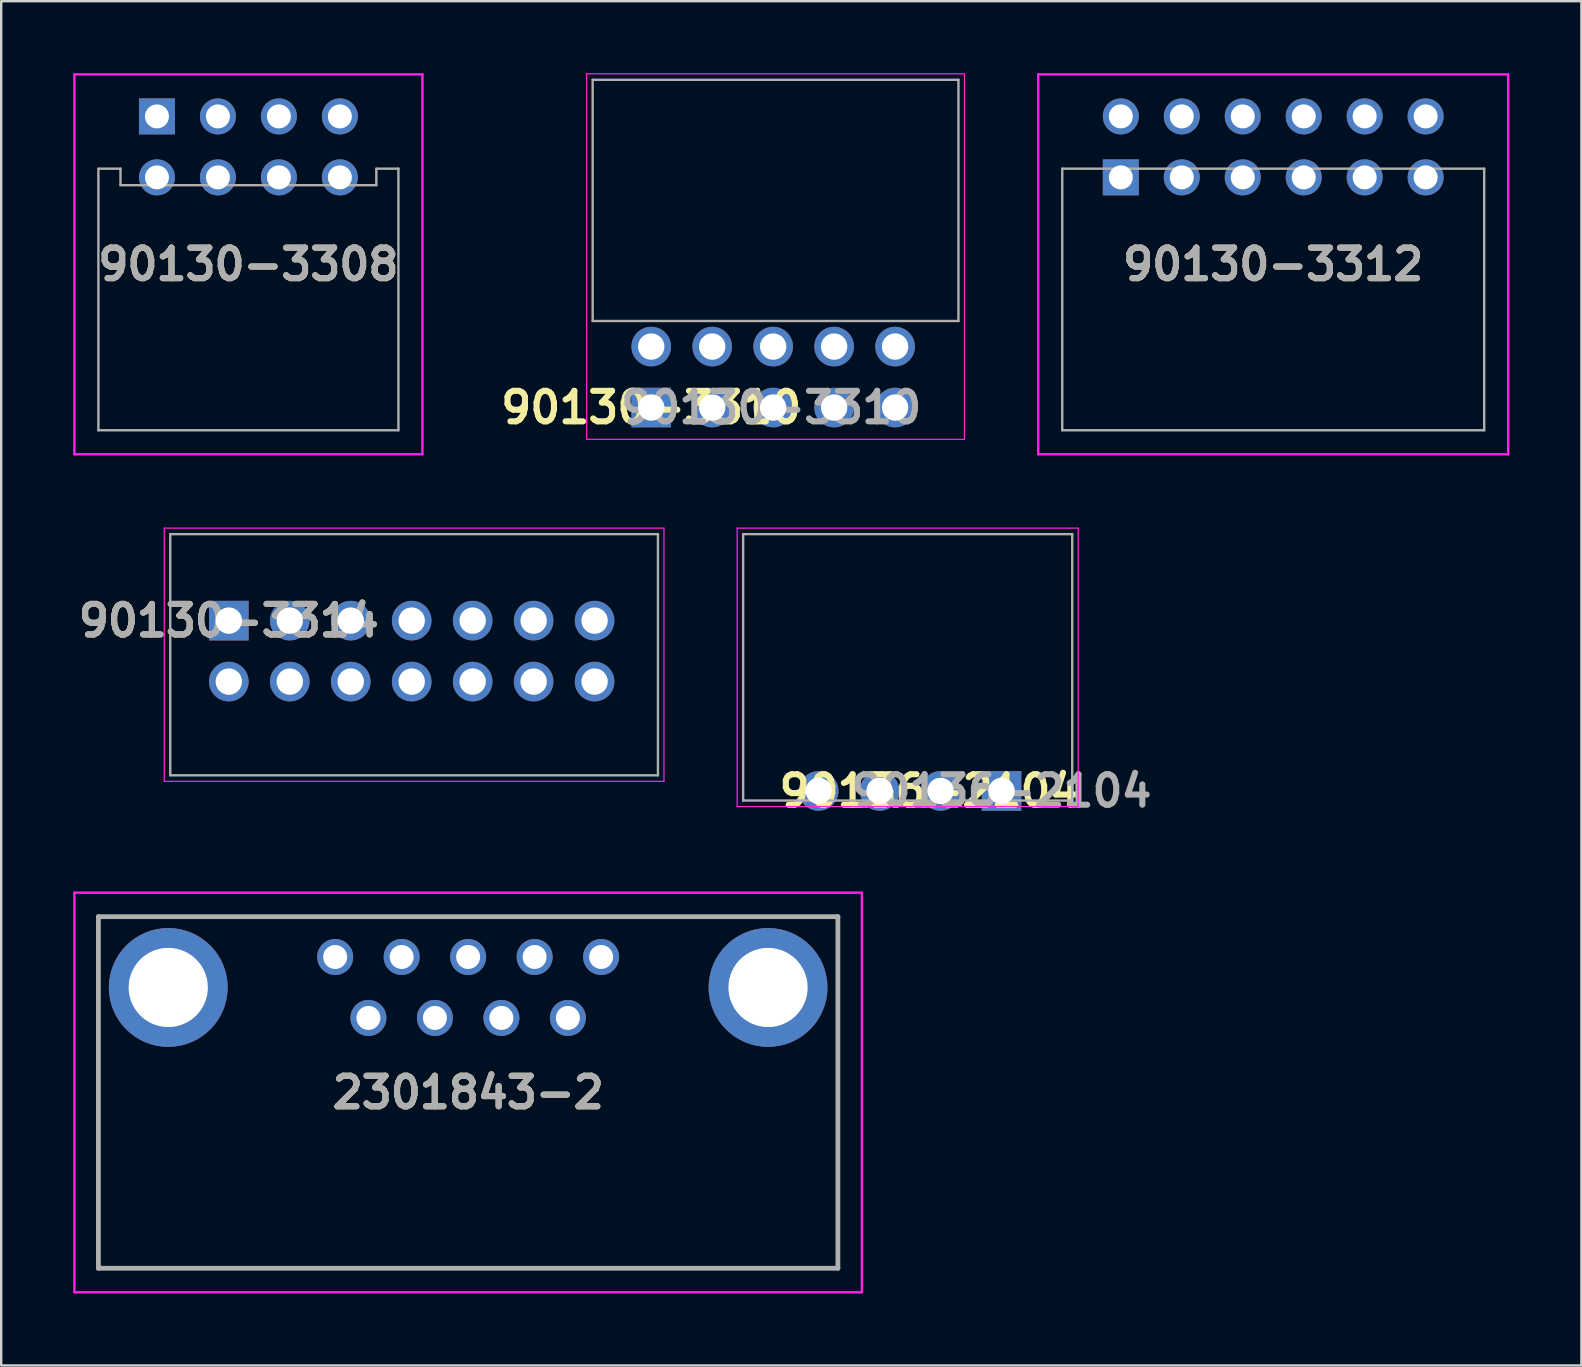
<source format=kicad_pcb>
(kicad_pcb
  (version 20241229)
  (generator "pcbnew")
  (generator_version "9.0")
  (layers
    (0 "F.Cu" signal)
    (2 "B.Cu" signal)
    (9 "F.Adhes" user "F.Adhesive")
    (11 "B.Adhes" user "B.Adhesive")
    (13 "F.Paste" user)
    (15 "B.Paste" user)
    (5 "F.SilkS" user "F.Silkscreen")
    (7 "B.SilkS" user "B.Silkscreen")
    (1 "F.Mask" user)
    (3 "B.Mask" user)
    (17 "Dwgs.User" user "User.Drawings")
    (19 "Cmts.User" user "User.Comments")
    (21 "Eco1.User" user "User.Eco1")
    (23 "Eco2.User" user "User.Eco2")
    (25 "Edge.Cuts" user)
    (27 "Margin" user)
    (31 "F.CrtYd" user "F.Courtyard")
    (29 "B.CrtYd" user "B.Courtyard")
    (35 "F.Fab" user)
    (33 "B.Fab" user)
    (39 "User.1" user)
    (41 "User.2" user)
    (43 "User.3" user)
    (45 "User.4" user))
  (footprint "90136-2104"
    (layer "F.Cu")
    (at 38.678 29.903)
    (property "Reference" "90136-2104" (at -3 0 0) (layer "F.SilkS") (effects (font (size 1.27 1.27) (thickness 0.254))))
    (attr through_hole)
    (fp_line (start -11.015 -10.95) (end 3.195 -10.95) (stroke (width 0.05) (type solid)) (layer "F.CrtYd"))
    (fp_line (start -11.015 0.65) (end -11.015 -10.95) (stroke (width 0.05) (type solid)) (layer "F.CrtYd"))
    (fp_line (start 3.195 -10.95) (end 3.195 0.65) (stroke (width 0.05) (type solid)) (layer "F.CrtYd"))
    (fp_line (start 3.195 0.65) (end -11.015 0.65) (stroke (width 0.05) (type solid)) (layer "F.CrtYd"))
    (fp_line (start -10.765 -10.7) (end 2.945 -10.7) (stroke (width 0.1) (type solid)) (layer "F.Fab"))
    (fp_line (start -10.765 0.4) (end -10.765 -10.7) (stroke (width 0.1) (type solid)) (layer "F.Fab"))
    (fp_line (start 2.945 -10.7) (end 2.945 0.4) (stroke (width 0.1) (type solid)) (layer "F.Fab"))
    (fp_line (start 2.945 0.4) (end -10.765 0.4) (stroke (width 0.1) (type solid)) (layer "F.Fab"))
    (fp_text user "${REFERENCE}" (at 0 0 0) (layer "F.Fab") (effects (font (size 1.27 1.27) (thickness 0.254))))
    (pad "1" thru_hole rect (at 0 0) (size 1.65 1.65) (drill 1.1) (layers "*.Cu" "*.Mask"))
    (pad "2" thru_hole circle (at -2.54 0) (size 1.65 1.65) (drill 1.1) (layers "*.Cu" "*.Mask"))
    (pad "3" thru_hole circle (at -5.08 0) (size 1.65 1.65) (drill 1.1) (layers "*.Cu" "*.Mask"))
    (pad "4" thru_hole circle (at -7.62 0) (size 1.65 1.65) (drill 1.1) (layers "*.Cu" "*.Mask")))
  (footprint "90130-3314"
    (layer "F.Cu")
    (at 6.483 22.808)
    (property "Reference" "90130-3314" (at 0 0 0) (layer "F.SilkS") (effects (font (size 1.27 1.27) (thickness 0.254))))
    (attr through_hole)
    (fp_line (start -2.69 -3.855) (end 18.13 -3.855) (stroke (width 0.05) (type solid)) (layer "F.CrtYd"))
    (fp_line (start -2.69 6.695) (end -2.69 -3.855) (stroke (width 0.05) (type solid)) (layer "F.CrtYd"))
    (fp_line (start 18.13 -3.855) (end 18.13 6.695) (stroke (width 0.05) (type solid)) (layer "F.CrtYd"))
    (fp_line (start 18.13 6.695) (end -2.69 6.695) (stroke (width 0.05) (type solid)) (layer "F.CrtYd"))
    (fp_line (start -2.44 -3.605) (end 17.88 -3.605) (stroke (width 0.1) (type solid)) (layer "F.Fab"))
    (fp_line (start -2.44 6.445) (end -2.44 -3.605) (stroke (width 0.1) (type solid)) (layer "F.Fab"))
    (fp_line (start 17.88 -3.605) (end 17.88 6.445) (stroke (width 0.1) (type solid)) (layer "F.Fab"))
    (fp_line (start 17.88 6.445) (end -2.44 6.445) (stroke (width 0.1) (type solid)) (layer "F.Fab"))
    (fp_text user "${REFERENCE}" (at 0 0 0) (layer "F.Fab") (effects (font (size 1.27 1.27) (thickness 0.254))))
    (pad "1" thru_hole rect (at 0 0) (size 1.65 1.65) (drill 1.1) (layers "*.Cu" "*.Mask"))
    (pad "2" thru_hole circle (at 0 2.54) (size 1.65 1.65) (drill 1.1) (layers "*.Cu" "*.Mask"))
    (pad "3" thru_hole circle (at 2.54 0) (size 1.65 1.65) (drill 1.1) (layers "*.Cu" "*.Mask"))
    (pad "4" thru_hole circle (at 2.54 2.54) (size 1.65 1.65) (drill 1.1) (layers "*.Cu" "*.Mask"))
    (pad "5" thru_hole circle (at 5.08 0) (size 1.65 1.65) (drill 1.1) (layers "*.Cu" "*.Mask"))
    (pad "6" thru_hole circle (at 5.08 2.54) (size 1.65 1.65) (drill 1.1) (layers "*.Cu" "*.Mask"))
    (pad "7" thru_hole circle (at 7.62 0) (size 1.65 1.65) (drill 1.1) (layers "*.Cu" "*.Mask"))
    (pad "8" thru_hole circle (at 7.62 2.54) (size 1.65 1.65) (drill 1.1) (layers "*.Cu" "*.Mask"))
    (pad "9" thru_hole circle (at 10.16 0) (size 1.65 1.65) (drill 1.1) (layers "*.Cu" "*.Mask"))
    (pad "10" thru_hole circle (at 10.16 2.54) (size 1.65 1.65) (drill 1.1) (layers "*.Cu" "*.Mask"))
    (pad "11" thru_hole circle (at 12.7 0) (size 1.65 1.65) (drill 1.1) (layers "*.Cu" "*.Mask"))
    (pad "12" thru_hole circle (at 12.7 2.54) (size 1.65 1.65) (drill 1.1) (layers "*.Cu" "*.Mask"))
    (pad "13" thru_hole circle (at 15.24 0) (size 1.65 1.65) (drill 1.1) (layers "*.Cu" "*.Mask"))
    (pad "14" thru_hole circle (at 15.24 2.54) (size 1.65 1.65) (drill 1.1) (layers "*.Cu" "*.Mask")))
  (footprint "2301843-2"
    (layer "F.Cu")
    (at 16.455 49.792)
    (property "Reference" "2301843-2" (at 0 -7.325 0) (layer "F.SilkS") (effects (font (size 1.27 1.27) (thickness 0.254))))
    (attr through_hole)
    (fp_line (start -16.405 -15.65) (end 16.405 -15.65) (stroke (width 0.1) (type solid)) (layer "F.CrtYd"))
    (fp_line (start -16.405 1) (end -16.405 -15.65) (stroke (width 0.1) (type solid)) (layer "F.CrtYd"))
    (fp_line (start 16.405 -15.65) (end 16.405 1) (stroke (width 0.1) (type solid)) (layer "F.CrtYd"))
    (fp_line (start 16.405 1) (end -16.405 1) (stroke (width 0.1) (type solid)) (layer "F.CrtYd"))
    (fp_line (start -15.405 -14.65) (end 15.405 -14.65) (stroke (width 0.2) (type solid)) (layer "F.Fab"))
    (fp_line (start -15.405 0) (end -15.405 -14.65) (stroke (width 0.2) (type solid)) (layer "F.Fab"))
    (fp_line (start 15.405 -14.65) (end 15.405 0) (stroke (width 0.2) (type solid)) (layer "F.Fab"))
    (fp_line (start 15.405 0) (end -15.405 0) (stroke (width 0.2) (type solid)) (layer "F.Fab"))
    (fp_text user "${REFERENCE}" (at 0 -7.325 0) (layer "F.Fab") (effects (font (size 1.27 1.27) (thickness 0.254))))
    (pad "1" thru_hole circle (at -5.54 -12.97) (size 1.5 1.5) (drill 1) (layers "*.Cu" "*.Mask"))
    (pad "2" thru_hole circle (at -2.77 -12.97) (size 1.5 1.5) (drill 1) (layers "*.Cu" "*.Mask"))
    (pad "3" thru_hole circle (at 0 -12.97) (size 1.5 1.5) (drill 1) (layers "*.Cu" "*.Mask"))
    (pad "4" thru_hole circle (at 2.77 -12.97) (size 1.5 1.5) (drill 1) (layers "*.Cu" "*.Mask"))
    (pad "5" thru_hole circle (at 5.54 -12.97) (size 1.5 1.5) (drill 1) (layers "*.Cu" "*.Mask"))
    (pad "6" thru_hole circle (at -4.155 -10.43) (size 1.5 1.5) (drill 1) (layers "*.Cu" "*.Mask"))
    (pad "7" thru_hole circle (at -1.385 -10.43) (size 1.5 1.5) (drill 1) (layers "*.Cu" "*.Mask"))
    (pad "8" thru_hole circle (at 1.385 -10.43) (size 1.5 1.5) (drill 1) (layers "*.Cu" "*.Mask"))
    (pad "9" thru_hole circle (at 4.155 -10.43) (size 1.5 1.5) (drill 1) (layers "*.Cu" "*.Mask"))
    (pad "10" thru_hole circle (at -12.495 -11.7) (size 4.95 4.95) (drill 3.3) (layers "*.Cu" "*.Mask"))
    (pad "11" thru_hole circle (at 12.495 -11.7) (size 4.95 4.95) (drill 3.3) (layers "*.Cu" "*.Mask")))
  (footprint "90130-3312"
    (layer "F.Cu")
    (at 43.648 4.34)
    (property "Reference" "90130-3312" (at 6.35 3.624 0) (layer "F.SilkS") (effects (font (size 1.27 1.27) (thickness 0.254))))
    (attr through_hole)
    (fp_line (start -3.44 -4.29) (end 16.14 -4.29) (stroke (width 0.1) (type solid)) (layer "F.CrtYd"))
    (fp_line (start -3.44 11.538) (end -3.44 -4.29) (stroke (width 0.1) (type solid)) (layer "F.CrtYd"))
    (fp_line (start 16.14 -4.29) (end 16.14 11.538) (stroke (width 0.1) (type solid)) (layer "F.CrtYd"))
    (fp_line (start 16.14 11.538) (end -3.44 11.538) (stroke (width 0.1) (type solid)) (layer "F.CrtYd"))
    (fp_line (start -2.44 -0.362) (end 15.14 -0.362) (stroke (width 0.1) (type solid)) (layer "F.Fab"))
    (fp_line (start -2.44 10.538) (end -2.44 -0.362) (stroke (width 0.1) (type solid)) (layer "F.Fab"))
    (fp_line (start 15.14 -0.362) (end 15.14 10.538) (stroke (width 0.1) (type solid)) (layer "F.Fab"))
    (fp_line (start 15.14 10.538) (end -2.44 10.538) (stroke (width 0.1) (type solid)) (layer "F.Fab"))
    (fp_text user "${REFERENCE}" (at 6.35 3.624 0) (layer "F.Fab") (effects (font (size 1.27 1.27) (thickness 0.254))))
    (pad "1" thru_hole rect (at 0 0) (size 1.5 1.5) (drill 1) (layers "*.Cu" "*.Mask"))
    (pad "2" thru_hole circle (at 0 -2.54) (size 1.5 1.5) (drill 1) (layers "*.Cu" "*.Mask"))
    (pad "3" thru_hole circle (at 2.54 0) (size 1.5 1.5) (drill 1) (layers "*.Cu" "*.Mask"))
    (pad "4" thru_hole circle (at 2.54 -2.54) (size 1.5 1.5) (drill 1) (layers "*.Cu" "*.Mask"))
    (pad "5" thru_hole circle (at 5.08 0) (size 1.5 1.5) (drill 1) (layers "*.Cu" "*.Mask"))
    (pad "6" thru_hole circle (at 5.08 -2.54) (size 1.5 1.5) (drill 1) (layers "*.Cu" "*.Mask"))
    (pad "7" thru_hole circle (at 7.62 0) (size 1.5 1.5) (drill 1) (layers "*.Cu" "*.Mask"))
    (pad "8" thru_hole circle (at 7.62 -2.54) (size 1.5 1.5) (drill 1) (layers "*.Cu" "*.Mask"))
    (pad "9" thru_hole circle (at 10.16 0) (size 1.5 1.5) (drill 1) (layers "*.Cu" "*.Mask"))
    (pad "10" thru_hole circle (at 10.16 -2.54) (size 1.5 1.5) (drill 1) (layers "*.Cu" "*.Mask"))
    (pad "11" thru_hole circle (at 12.7 0) (size 1.5 1.5) (drill 1) (layers "*.Cu" "*.Mask"))
    (pad "12" thru_hole circle (at 12.7 -2.54) (size 1.5 1.5) (drill 1) (layers "*.Cu" "*.Mask")))
  (footprint "90130-3308"
    (layer "F.Cu")
    (at 3.49 1.8)
    (property "Reference" "90130-3308" (at 3.81 6.164 0) (layer "F.SilkS") (effects (font (size 1.27 1.27) (thickness 0.254))))
    (attr through_hole)
    (fp_line (start -3.44 -1.75) (end 11.06 -1.75) (stroke (width 0.1) (type solid)) (layer "F.CrtYd"))
    (fp_line (start -3.44 14.078) (end -3.44 -1.75) (stroke (width 0.1) (type solid)) (layer "F.CrtYd"))
    (fp_line (start 11.06 -1.75) (end 11.06 14.078) (stroke (width 0.1) (type solid)) (layer "F.CrtYd"))
    (fp_line (start 11.06 14.078) (end -3.44 14.078) (stroke (width 0.1) (type solid)) (layer "F.CrtYd"))
    (fp_line (start -2.44 2.178) (end -2.44 13.078) (stroke (width 0.1) (type solid)) (layer "F.Fab"))
    (fp_line (start -2.44 13.078) (end 10.06 13.078) (stroke (width 0.1) (type solid)) (layer "F.Fab"))
    (fp_line (start -1.52 2.178) (end -2.44 2.178) (stroke (width 0.1) (type solid)) (layer "F.Fab"))
    (fp_line (start -1.52 2.865) (end -1.52 2.178) (stroke (width 0.1) (type solid)) (layer "F.Fab"))
    (fp_line (start 9.14 2.178) (end 9.14 2.865) (stroke (width 0.1) (type solid)) (layer "F.Fab"))
    (fp_line (start 9.14 2.865) (end -1.52 2.865) (stroke (width 0.1) (type solid)) (layer "F.Fab"))
    (fp_line (start 10.06 2.178) (end 9.14 2.178) (stroke (width 0.1) (type solid)) (layer "F.Fab"))
    (fp_line (start 10.06 13.078) (end 10.06 2.178) (stroke (width 0.1) (type solid)) (layer "F.Fab"))
    (fp_text user "${REFERENCE}" (at 3.81 6.164 0) (layer "F.Fab") (effects (font (size 1.27 1.27) (thickness 0.254))))
    (pad "1" thru_hole rect (at 0 0) (size 1.5 1.5) (drill 1) (layers "*.Cu" "*.Mask"))
    (pad "2" thru_hole circle (at 0 2.54) (size 1.5 1.5) (drill 1) (layers "*.Cu" "*.Mask"))
    (pad "3" thru_hole circle (at 2.54 0) (size 1.5 1.5) (drill 1) (layers "*.Cu" "*.Mask"))
    (pad "4" thru_hole circle (at 2.54 2.54) (size 1.5 1.5) (drill 1) (layers "*.Cu" "*.Mask"))
    (pad "5" thru_hole circle (at 5.08 0) (size 1.5 1.5) (drill 1) (layers "*.Cu" "*.Mask"))
    (pad "6" thru_hole circle (at 5.08 2.54) (size 1.5 1.5) (drill 1) (layers "*.Cu" "*.Mask"))
    (pad "7" thru_hole circle (at 7.62 0) (size 1.5 1.5) (drill 1) (layers "*.Cu" "*.Mask"))
    (pad "8" thru_hole circle (at 7.62 2.54) (size 1.5 1.5) (drill 1) (layers "*.Cu" "*.Mask")))
  (footprint "90130-3310"
    (layer "F.Cu")
    (at 24.083 13.93)
    (property "Reference" "90130-3310" (at 0 0 0) (layer "F.SilkS") (effects (font (size 1.27 1.27) (thickness 0.254))))
    (attr through_hole)
    (fp_line (start -2.69 -13.905) (end -2.69 1.325) (stroke (width 0.05) (type solid)) (layer "F.CrtYd"))
    (fp_line (start -2.69 1.325) (end 13.05 1.325) (stroke (width 0.05) (type solid)) (layer "F.CrtYd"))
    (fp_line (start 13.05 -13.905) (end -2.69 -13.905) (stroke (width 0.05) (type solid)) (layer "F.CrtYd"))
    (fp_line (start 13.05 1.325) (end 13.05 -13.905) (stroke (width 0.05) (type solid)) (layer "F.CrtYd"))
    (fp_line (start -2.44 -13.655) (end 12.8 -13.655) (stroke (width 0.1) (type solid)) (layer "F.Fab"))
    (fp_line (start -2.44 -3.605) (end -2.44 -13.655) (stroke (width 0.1) (type solid)) (layer "F.Fab"))
    (fp_line (start 12.8 -13.655) (end 12.8 -3.605) (stroke (width 0.1) (type solid)) (layer "F.Fab"))
    (fp_line (start 12.8 -3.605) (end -2.44 -3.605) (stroke (width 0.1) (type solid)) (layer "F.Fab"))
    (fp_text user "${REFERENCE}" (at 5 0 0) (layer "F.Fab") (effects (font (size 1.27 1.27) (thickness 0.254))))
    (pad "1" thru_hole rect (at 0 0) (size 1.65 1.65) (drill 1.1) (layers "*.Cu" "*.Mask"))
    (pad "2" thru_hole circle (at 0 -2.54) (size 1.65 1.65) (drill 1.1) (layers "*.Cu" "*.Mask"))
    (pad "3" thru_hole circle (at 2.54 0) (size 1.65 1.65) (drill 1.1) (layers "*.Cu" "*.Mask"))
    (pad "4" thru_hole circle (at 2.54 -2.54) (size 1.65 1.65) (drill 1.1) (layers "*.Cu" "*.Mask"))
    (pad "5" thru_hole circle (at 5.08 0) (size 1.65 1.65) (drill 1.1) (layers "*.Cu" "*.Mask"))
    (pad "6" thru_hole circle (at 5.08 -2.54) (size 1.65 1.65) (drill 1.1) (layers "*.Cu" "*.Mask"))
    (pad "7" thru_hole circle (at 7.62 0) (size 1.65 1.65) (drill 1.1) (layers "*.Cu" "*.Mask"))
    (pad "8" thru_hole circle (at 7.62 -2.54) (size 1.65 1.65) (drill 1.1) (layers "*.Cu" "*.Mask"))
    (pad "9" thru_hole circle (at 10.16 0) (size 1.65 1.65) (drill 1.1) (layers "*.Cu" "*.Mask"))
    (pad "10" thru_hole circle (at 10.16 -2.54) (size 1.65 1.65) (drill 1.1) (layers "*.Cu" "*.Mask")))
  (gr_rect
    (start -3 -3)
    (end 62.838 53.842)
    (stroke (width 0.1) (type default))
    (fill no)
    (layer "Edge.Cuts")))
</source>
